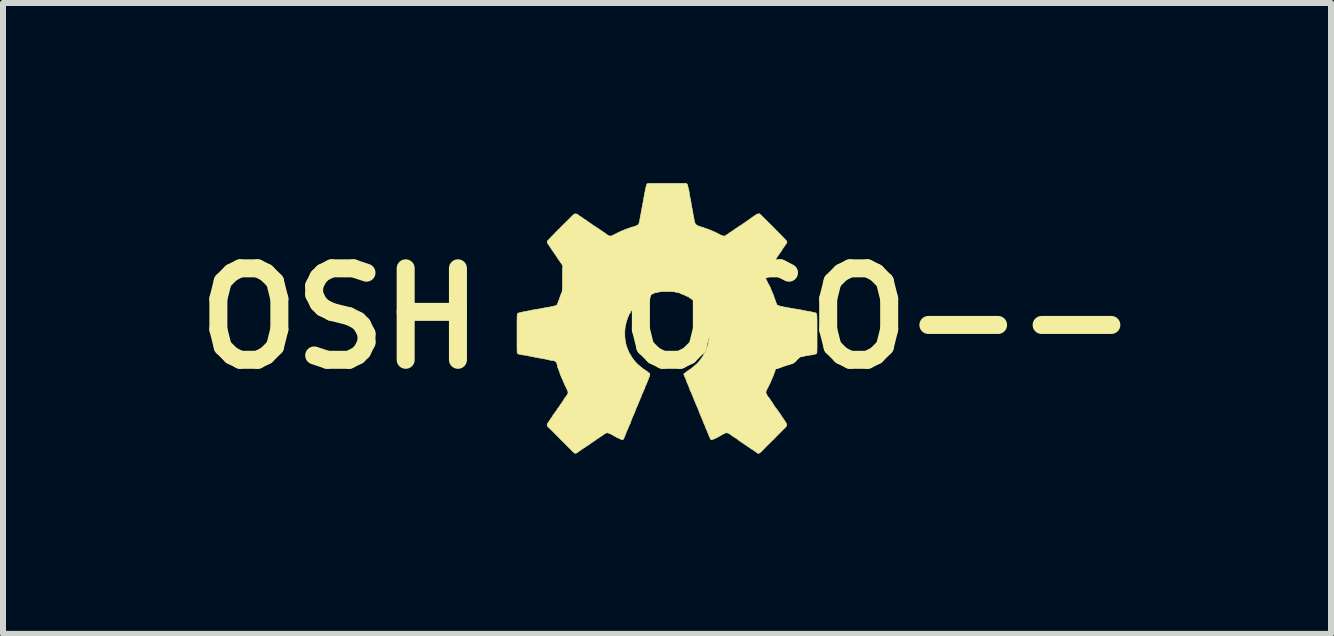
<source format=kicad_pcb>
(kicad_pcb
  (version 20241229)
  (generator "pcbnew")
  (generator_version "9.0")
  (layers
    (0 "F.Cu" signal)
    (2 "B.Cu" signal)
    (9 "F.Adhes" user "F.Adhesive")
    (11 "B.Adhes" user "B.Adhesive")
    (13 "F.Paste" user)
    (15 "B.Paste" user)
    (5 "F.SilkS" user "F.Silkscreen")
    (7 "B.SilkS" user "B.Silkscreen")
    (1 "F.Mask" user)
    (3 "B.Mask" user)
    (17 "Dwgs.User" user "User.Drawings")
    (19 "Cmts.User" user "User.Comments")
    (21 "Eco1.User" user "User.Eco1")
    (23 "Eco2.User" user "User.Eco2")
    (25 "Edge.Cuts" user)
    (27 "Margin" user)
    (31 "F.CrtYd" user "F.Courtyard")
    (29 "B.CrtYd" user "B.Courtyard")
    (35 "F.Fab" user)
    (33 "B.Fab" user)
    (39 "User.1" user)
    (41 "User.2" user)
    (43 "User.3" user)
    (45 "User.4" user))
  (footprint "OSH LOGO--"
    (layer "F.Cu")
    (at 8.063 2.255)
    (property "Reference" "OSH LOGO--" (at 0 0 0) (layer "F.SilkS") (effects (font (size 1.524 1.524) (thickness 0.3))))
    (attr through_hole)
    (fp_poly (pts (xy 0.333 -2.238) (xy 0.344 -2.221) (xy 0.346 -2.209) (xy 0.348 -2.193) (xy 0.352 -2.175) (xy 0.354 -2.172) (xy 0.359 -2.155) (xy 0.363 -2.134) (xy 0.366 -2.121) (xy 0.374 -2.065) (xy 0.384 -2.01) (xy 0.388 -1.991) (xy 0.393 -1.968) (xy 0.398 -1.942) (xy 0.401 -1.92) (xy 0.405 -1.897) (xy 0.41 -1.869) (xy 0.415 -1.841) (xy 0.417 -1.834) (xy 0.422 -1.808) (xy 0.427 -1.78) (xy 0.431 -1.756) (xy 0.432 -1.75) (xy 0.438 -1.713) (xy 0.447 -1.67) (xy 0.455 -1.625) (xy 0.458 -1.611) (xy 0.467 -1.584) (xy 0.48 -1.565) (xy 0.5 -1.551) (xy 0.515 -1.543) (xy 0.535 -1.535) (xy 0.557 -1.528) (xy 0.576 -1.522) (xy 0.59 -1.519) (xy 0.593 -1.519) (xy 0.603 -1.517) (xy 0.607 -1.515) (xy 0.613 -1.511) (xy 0.625 -1.506) (xy 0.639 -1.501) (xy 0.668 -1.491) (xy 0.704 -1.478) (xy 0.745 -1.461) (xy 0.786 -1.443) (xy 0.826 -1.424) (xy 0.863 -1.405) (xy 0.886 -1.393) (xy 0.906 -1.383) (xy 0.927 -1.376) (xy 0.941 -1.373) (xy 0.957 -1.372) (xy 0.968 -1.375) (xy 0.98 -1.383) (xy 0.981 -1.384) (xy 0.992 -1.392) (xy 0.999 -1.397) (xy 1.001 -1.397) (xy 1.008 -1.4) (xy 1.012 -1.403) (xy 1.019 -1.409) (xy 1.032 -1.418) (xy 1.049 -1.431) (xy 1.067 -1.442) (xy 1.092 -1.459) (xy 1.121 -1.479) (xy 1.15 -1.499) (xy 1.168 -1.511) (xy 1.19 -1.526) (xy 1.21 -1.539) (xy 1.226 -1.549) (xy 1.237 -1.555) (xy 1.25 -1.563) (xy 1.259 -1.571) (xy 1.259 -1.572) (xy 1.267 -1.578) (xy 1.271 -1.58) (xy 1.278 -1.583) (xy 1.289 -1.59) (xy 1.297 -1.596) (xy 1.311 -1.607) (xy 1.322 -1.615) (xy 1.326 -1.618) (xy 1.338 -1.625) (xy 1.352 -1.635) (xy 1.368 -1.646) (xy 1.384 -1.657) (xy 1.395 -1.666) (xy 1.402 -1.671) (xy 1.402 -1.671) (xy 1.408 -1.676) (xy 1.419 -1.683) (xy 1.427 -1.689) (xy 1.446 -1.701) (xy 1.465 -1.715) (xy 1.472 -1.721) (xy 1.492 -1.734) (xy 1.512 -1.74) (xy 1.518 -1.741) (xy 1.542 -1.744) (xy 1.641 -1.646) (xy 1.667 -1.621) (xy 1.691 -1.597) (xy 1.711 -1.577) (xy 1.728 -1.561) (xy 1.739 -1.55) (xy 1.743 -1.546) (xy 1.743 -1.546) (xy 1.748 -1.541) (xy 1.758 -1.53) (xy 1.774 -1.514) (xy 1.794 -1.494) (xy 1.818 -1.469) (xy 1.844 -1.443) (xy 1.855 -1.432) (xy 1.891 -1.396) (xy 1.92 -1.366) (xy 1.943 -1.342) (xy 1.961 -1.323) (xy 1.975 -1.309) (xy 1.984 -1.298) (xy 1.991 -1.29) (xy 1.995 -1.284) (xy 1.997 -1.28) (xy 1.998 -1.276) (xy 1.998 -1.273) (xy 1.995 -1.261) (xy 1.987 -1.247) (xy 1.983 -1.241) (xy 1.973 -1.227) (xy 1.96 -1.208) (xy 1.947 -1.189) (xy 1.946 -1.187) (xy 1.935 -1.171) (xy 1.926 -1.159) (xy 1.92 -1.153) (xy 1.92 -1.153) (xy 1.916 -1.149) (xy 1.915 -1.143) (xy 1.913 -1.134) (xy 1.91 -1.13) (xy 1.906 -1.125) (xy 1.897 -1.113) (xy 1.885 -1.098) (xy 1.881 -1.091) (xy 1.864 -1.066) (xy 1.844 -1.037) (xy 1.823 -1.006) (xy 1.802 -0.975) (xy 1.782 -0.946) (xy 1.766 -0.922) (xy 1.756 -0.909) (xy 1.744 -0.891) (xy 1.729 -0.869) (xy 1.714 -0.847) (xy 1.711 -0.843) (xy 1.699 -0.825) (xy 1.687 -0.809) (xy 1.679 -0.797) (xy 1.677 -0.795) (xy 1.667 -0.782) (xy 1.656 -0.763) (xy 1.645 -0.743) (xy 1.637 -0.724) (xy 1.632 -0.709) (xy 1.631 -0.703) (xy 1.633 -0.693) (xy 1.639 -0.676) (xy 1.648 -0.656) (xy 1.656 -0.64) (xy 1.666 -0.619) (xy 1.675 -0.602) (xy 1.68 -0.589) (xy 1.681 -0.585) (xy 1.685 -0.577) (xy 1.692 -0.569) (xy 1.7 -0.556) (xy 1.705 -0.545) (xy 1.711 -0.53) (xy 1.718 -0.519) (xy 1.725 -0.508) (xy 1.727 -0.499) (xy 1.729 -0.491) (xy 1.735 -0.476) (xy 1.742 -0.46) (xy 1.763 -0.412) (xy 1.779 -0.371) (xy 1.783 -0.356) (xy 1.788 -0.341) (xy 1.792 -0.33) (xy 1.793 -0.328) (xy 1.796 -0.32) (xy 1.801 -0.307) (xy 1.806 -0.292) (xy 1.816 -0.265) (xy 1.824 -0.246) (xy 1.829 -0.233) (xy 1.835 -0.224) (xy 1.842 -0.219) (xy 1.852 -0.215) (xy 1.864 -0.211) (xy 1.868 -0.21) (xy 1.879 -0.206) (xy 1.894 -0.202) (xy 1.912 -0.198) (xy 1.936 -0.193) (xy 1.965 -0.188) (xy 2.001 -0.181) (xy 2.044 -0.173) (xy 2.096 -0.164) (xy 2.136 -0.157) (xy 2.156 -0.154) (xy 2.179 -0.15) (xy 2.195 -0.148) (xy 2.215 -0.144) (xy 2.241 -0.139) (xy 2.268 -0.134) (xy 2.276 -0.132) (xy 2.302 -0.127) (xy 2.328 -0.122) (xy 2.351 -0.118) (xy 2.357 -0.117) (xy 2.378 -0.113) (xy 2.399 -0.11) (xy 2.41 -0.107) (xy 2.428 -0.103) (xy 2.449 -0.098) (xy 2.456 -0.096) (xy 2.465 -0.095) (xy 2.472 -0.093) (xy 2.478 -0.091) (xy 2.483 -0.088) (xy 2.488 -0.083) (xy 2.491 -0.075) (xy 2.494 -0.063) (xy 2.496 -0.048) (xy 2.497 -0.028) (xy 2.498 -0.002) (xy 2.499 0.031) (xy 2.499 0.07) (xy 2.499 0.117) (xy 2.499 0.173) (xy 2.499 0.238) (xy 2.499 0.254) (xy 2.499 0.32) (xy 2.499 0.376) (xy 2.499 0.423) (xy 2.499 0.463) (xy 2.499 0.495) (xy 2.498 0.521) (xy 2.498 0.541) (xy 2.497 0.557) (xy 2.496 0.568) (xy 2.495 0.575) (xy 2.494 0.58) (xy 2.492 0.583) (xy 2.49 0.585) (xy 2.478 0.592) (xy 2.456 0.598) (xy 2.423 0.605) (xy 2.382 0.611) (xy 2.372 0.613) (xy 2.348 0.616) (xy 2.325 0.62) (xy 2.306 0.623) (xy 2.301 0.625) (xy 2.268 0.632) (xy 2.229 0.64) (xy 2.188 0.648) (xy 2.159 0.653) (xy 2.119 0.66) (xy 2.074 0.668) (xy 2.026 0.678) (xy 1.98 0.688) (xy 1.966 0.691) (xy 1.943 0.696) (xy 1.922 0.699) (xy 1.906 0.701) (xy 1.902 0.701) (xy 1.878 0.706) (xy 1.857 0.719) (xy 1.841 0.742) (xy 1.829 0.774) (xy 1.825 0.79) (xy 1.82 0.807) (xy 1.813 0.832) (xy 1.802 0.865) (xy 1.788 0.905) (xy 1.771 0.95) (xy 1.766 0.963) (xy 1.76 0.98) (xy 1.75 1) (xy 1.746 1.01) (xy 1.738 1.025) (xy 1.733 1.037) (xy 1.732 1.043) (xy 1.73 1.049) (xy 1.724 1.063) (xy 1.716 1.081) (xy 1.705 1.102) (xy 1.694 1.124) (xy 1.684 1.145) (xy 1.678 1.156) (xy 1.668 1.174) (xy 1.659 1.193) (xy 1.652 1.211) (xy 1.647 1.224) (xy 1.646 1.229) (xy 1.649 1.241) (xy 1.656 1.257) (xy 1.665 1.277) (xy 1.676 1.295) (xy 1.687 1.31) (xy 1.687 1.31) (xy 1.697 1.322) (xy 1.71 1.34) (xy 1.725 1.362) (xy 1.741 1.385) (xy 1.756 1.408) (xy 1.77 1.429) (xy 1.78 1.445) (xy 1.784 1.453) (xy 1.792 1.465) (xy 1.802 1.48) (xy 1.808 1.486) (xy 1.816 1.497) (xy 1.828 1.513) (xy 1.842 1.532) (xy 1.857 1.553) (xy 1.872 1.574) (xy 1.885 1.593) (xy 1.896 1.609) (xy 1.903 1.62) (xy 1.905 1.624) (xy 1.908 1.63) (xy 1.915 1.64) (xy 1.919 1.645) (xy 1.928 1.657) (xy 1.94 1.675) (xy 1.954 1.696) (xy 1.965 1.712) (xy 1.98 1.735) (xy 1.99 1.753) (xy 1.995 1.768) (xy 1.995 1.781) (xy 1.988 1.795) (xy 1.975 1.811) (xy 1.956 1.831) (xy 1.939 1.848) (xy 1.914 1.872) (xy 1.887 1.9) (xy 1.859 1.927) (xy 1.836 1.951) (xy 1.833 1.954) (xy 1.813 1.975) (xy 1.788 2) (xy 1.76 2.028) (xy 1.732 2.055) (xy 1.714 2.073) (xy 1.689 2.098) (xy 1.664 2.123) (xy 1.64 2.146) (xy 1.621 2.167) (xy 1.609 2.179) (xy 1.582 2.207) (xy 1.561 2.227) (xy 1.544 2.24) (xy 1.53 2.248) (xy 1.519 2.249) (xy 1.51 2.246) (xy 1.504 2.241) (xy 1.496 2.233) (xy 1.49 2.23) (xy 1.485 2.227) (xy 1.474 2.22) (xy 1.46 2.21) (xy 1.446 2.199) (xy 1.435 2.192) (xy 1.431 2.189) (xy 1.43 2.189) (xy 1.427 2.188) (xy 1.422 2.184) (xy 1.413 2.179) (xy 1.401 2.17) (xy 1.383 2.159) (xy 1.36 2.143) (xy 1.33 2.122) (xy 1.298 2.101) (xy 1.272 2.083) (xy 1.247 2.066) (xy 1.224 2.05) (xy 1.207 2.039) (xy 1.2 2.034) (xy 1.186 2.024) (xy 1.177 2.016) (xy 1.173 2.011) (xy 1.17 2.007) (xy 1.168 2.007) (xy 1.162 2.004) (xy 1.15 1.997) (xy 1.133 1.986) (xy 1.114 1.974) (xy 1.095 1.962) (xy 1.079 1.95) (xy 1.066 1.941) (xy 1.059 1.935) (xy 1.059 1.935) (xy 1.052 1.929) (xy 1.038 1.921) (xy 1.022 1.914) (xy 1.006 1.908) (xy 0.994 1.905) (xy 0.993 1.905) (xy 0.985 1.906) (xy 0.973 1.909) (xy 0.958 1.916) (xy 0.939 1.925) (xy 0.914 1.939) (xy 0.882 1.957) (xy 0.848 1.976) (xy 0.832 1.985) (xy 0.811 1.995) (xy 0.79 2.005) (xy 0.77 2.013) (xy 0.754 2.019) (xy 0.745 2.022) (xy 0.744 2.022) (xy 0.733 2.019) (xy 0.728 2.015) (xy 0.724 2.009) (xy 0.717 1.994) (xy 0.709 1.974) (xy 0.698 1.951) (xy 0.688 1.925) (xy 0.677 1.9) (xy 0.668 1.877) (xy 0.663 1.863) (xy 0.657 1.848) (xy 0.652 1.838) (xy 0.649 1.836) (xy 0.646 1.829) (xy 0.645 1.826) (xy 0.643 1.817) (xy 0.638 1.802) (xy 0.631 1.785) (xy 0.623 1.769) (xy 0.62 1.761) (xy 0.615 1.751) (xy 0.609 1.736) (xy 0.606 1.728) (xy 0.599 1.708) (xy 0.59 1.687) (xy 0.588 1.681) (xy 0.58 1.663) (xy 0.573 1.646) (xy 0.571 1.641) (xy 0.564 1.626) (xy 0.559 1.614) (xy 0.559 1.613) (xy 0.55 1.594) (xy 0.542 1.573) (xy 0.534 1.553) (xy 0.528 1.536) (xy 0.524 1.525) (xy 0.523 1.522) (xy 0.521 1.515) (xy 0.516 1.502) (xy 0.508 1.486) (xy 0.507 1.484) (xy 0.5 1.469) (xy 0.495 1.457) (xy 0.49 1.446) (xy 0.484 1.432) (xy 0.477 1.414) (xy 0.467 1.39) (xy 0.463 1.379) (xy 0.453 1.357) (xy 0.444 1.334) (xy 0.437 1.316) (xy 0.436 1.313) (xy 0.429 1.296) (xy 0.423 1.281) (xy 0.42 1.275) (xy 0.417 1.266) (xy 0.411 1.253) (xy 0.404 1.236) (xy 0.393 1.213) (xy 0.384 1.193) (xy 0.376 1.174) (xy 0.37 1.156) (xy 0.367 1.146) (xy 0.364 1.134) (xy 0.361 1.128) (xy 0.36 1.128) (xy 0.356 1.124) (xy 0.356 1.121) (xy 0.354 1.114) (xy 0.348 1.1) (xy 0.341 1.083) (xy 0.34 1.083) (xy 0.333 1.066) (xy 0.327 1.052) (xy 0.325 1.044) (xy 0.325 1.044) (xy 0.323 1.036) (xy 0.318 1.022) (xy 0.311 1.005) (xy 0.298 0.977) (xy 0.29 0.957) (xy 0.284 0.944) (xy 0.281 0.935) (xy 0.28 0.929) (xy 0.279 0.927) (xy 0.283 0.921) (xy 0.294 0.912) (xy 0.3 0.909) (xy 0.312 0.901) (xy 0.319 0.895) (xy 0.32 0.894) (xy 0.324 0.89) (xy 0.335 0.882) (xy 0.35 0.871) (xy 0.354 0.868) (xy 0.373 0.856) (xy 0.389 0.845) (xy 0.401 0.837) (xy 0.402 0.836) (xy 0.415 0.826) (xy 0.43 0.814) (xy 0.432 0.813) (xy 0.442 0.804) (xy 0.457 0.791) (xy 0.474 0.776) (xy 0.491 0.761) (xy 0.506 0.747) (xy 0.516 0.737) (xy 0.519 0.734) (xy 0.543 0.705) (xy 0.564 0.677) (xy 0.582 0.652) (xy 0.597 0.631) (xy 0.606 0.615) (xy 0.61 0.606) (xy 0.61 0.606) (xy 0.612 0.599) (xy 0.619 0.588) (xy 0.624 0.581) (xy 0.632 0.567) (xy 0.643 0.546) (xy 0.654 0.52) (xy 0.665 0.491) (xy 0.675 0.463) (xy 0.68 0.445) (xy 0.69 0.405) (xy 0.697 0.36) (xy 0.702 0.311) (xy 0.704 0.262) (xy 0.704 0.214) (xy 0.702 0.171) (xy 0.696 0.136) (xy 0.686 0.091) (xy 0.674 0.048) (xy 0.662 0.009) (xy 0.65 -0.025) (xy 0.638 -0.053) (xy 0.627 -0.074) (xy 0.618 -0.086) (xy 0.611 -0.095) (xy 0.61 -0.1) (xy 0.607 -0.107) (xy 0.599 -0.121) (xy 0.588 -0.138) (xy 0.574 -0.158) (xy 0.559 -0.178) (xy 0.546 -0.196) (xy 0.517 -0.229) (xy 0.485 -0.26) (xy 0.454 -0.287) (xy 0.445 -0.295) (xy 0.428 -0.308) (xy 0.412 -0.32) (xy 0.402 -0.329) (xy 0.401 -0.329) (xy 0.391 -0.337) (xy 0.383 -0.34) (xy 0.382 -0.34) (xy 0.374 -0.344) (xy 0.367 -0.351) (xy 0.359 -0.358) (xy 0.353 -0.361) (xy 0.346 -0.363) (xy 0.332 -0.369) (xy 0.316 -0.377) (xy 0.313 -0.378) (xy 0.296 -0.387) (xy 0.282 -0.393) (xy 0.274 -0.396) (xy 0.273 -0.396) (xy 0.265 -0.398) (xy 0.251 -0.404) (xy 0.233 -0.412) (xy 0.214 -0.421) (xy 0.202 -0.427) (xy 0.19 -0.431) (xy 0.179 -0.432) (xy 0.166 -0.433) (xy 0.148 -0.437) (xy 0.137 -0.44) (xy 0.119 -0.444) (xy 0.094 -0.446) (xy 0.063 -0.448) (xy 0.028 -0.449) (xy -0.009 -0.45) (xy -0.045 -0.449) (xy -0.078 -0.448) (xy -0.107 -0.445) (xy -0.129 -0.442) (xy -0.137 -0.44) (xy -0.156 -0.435) (xy -0.173 -0.432) (xy -0.181 -0.432) (xy -0.193 -0.43) (xy -0.201 -0.427) (xy -0.201 -0.427) (xy -0.208 -0.423) (xy -0.214 -0.422) (xy -0.226 -0.418) (xy -0.232 -0.414) (xy -0.241 -0.408) (xy -0.256 -0.402) (xy -0.263 -0.399) (xy -0.282 -0.393) (xy -0.303 -0.384) (xy -0.317 -0.376) (xy -0.333 -0.368) (xy -0.346 -0.363) (xy -0.353 -0.361) (xy -0.36 -0.357) (xy -0.367 -0.351) (xy -0.376 -0.343) (xy -0.382 -0.34) (xy -0.39 -0.337) (xy -0.401 -0.329) (xy -0.401 -0.329) (xy -0.412 -0.32) (xy -0.427 -0.308) (xy -0.444 -0.295) (xy -0.447 -0.293) (xy -0.465 -0.278) (xy -0.486 -0.259) (xy -0.508 -0.238) (xy -0.518 -0.226) (xy -0.536 -0.205) (xy -0.555 -0.183) (xy -0.572 -0.16) (xy -0.588 -0.138) (xy -0.6 -0.12) (xy -0.607 -0.106) (xy -0.61 -0.099) (xy -0.613 -0.091) (xy -0.618 -0.086) (xy -0.627 -0.074) (xy -0.637 -0.055) (xy -0.648 -0.028) (xy -0.66 0.003) (xy -0.671 0.037) (xy -0.682 0.074) (xy -0.69 0.11) (xy -0.696 0.135) (xy -0.702 0.187) (xy -0.704 0.245) (xy -0.703 0.305) (xy -0.697 0.363) (xy -0.687 0.417) (xy -0.68 0.445) (xy -0.674 0.465) (xy -0.665 0.489) (xy -0.656 0.514) (xy -0.646 0.538) (xy -0.637 0.559) (xy -0.63 0.574) (xy -0.625 0.582) (xy -0.618 0.592) (xy -0.609 0.607) (xy -0.602 0.619) (xy -0.593 0.636) (xy -0.578 0.658) (xy -0.56 0.683) (xy -0.54 0.709) (xy -0.521 0.732) (xy -0.513 0.74) (xy -0.5 0.753) (xy -0.483 0.769) (xy -0.465 0.785) (xy -0.448 0.799) (xy -0.435 0.81) (xy -0.432 0.813) (xy -0.417 0.824) (xy -0.403 0.835) (xy -0.402 0.836) (xy -0.391 0.844) (xy -0.375 0.855) (xy -0.358 0.866) (xy -0.341 0.877) (xy -0.326 0.889) (xy -0.317 0.897) (xy -0.307 0.906) (xy -0.297 0.91) (xy -0.289 0.916) (xy -0.286 0.928) (xy -0.289 0.948) (xy -0.297 0.973) (xy -0.315 1.02) (xy -0.33 1.059) (xy -0.342 1.088) (xy -0.351 1.109) (xy -0.358 1.122) (xy -0.361 1.128) (xy -0.364 1.134) (xy -0.367 1.146) (xy -0.368 1.15) (xy -0.373 1.167) (xy -0.38 1.182) (xy -0.381 1.183) (xy -0.388 1.197) (xy -0.395 1.214) (xy -0.396 1.217) (xy -0.403 1.234) (xy -0.412 1.253) (xy -0.415 1.259) (xy -0.422 1.274) (xy -0.426 1.285) (xy -0.427 1.289) (xy -0.429 1.299) (xy -0.434 1.31) (xy -0.439 1.319) (xy -0.446 1.336) (xy -0.455 1.358) (xy -0.466 1.384) (xy -0.475 1.407) (xy -0.487 1.435) (xy -0.497 1.46) (xy -0.506 1.481) (xy -0.513 1.495) (xy -0.516 1.501) (xy -0.522 1.512) (xy -0.523 1.518) (xy -0.525 1.527) (xy -0.531 1.544) (xy -0.541 1.567) (xy -0.553 1.596) (xy -0.558 1.608) (xy -0.57 1.633) (xy -0.581 1.659) (xy -0.591 1.684) (xy -0.599 1.707) (xy -0.606 1.724) (xy -0.609 1.735) (xy -0.61 1.737) (xy -0.612 1.748) (xy -0.617 1.756) (xy -0.623 1.767) (xy -0.63 1.782) (xy -0.635 1.794) (xy -0.643 1.815) (xy -0.653 1.838) (xy -0.657 1.847) (xy -0.663 1.858) (xy -0.668 1.871) (xy -0.675 1.887) (xy -0.683 1.907) (xy -0.693 1.933) (xy -0.706 1.967) (xy -0.708 1.971) (xy -0.718 1.996) (xy -0.727 2.012) (xy -0.737 2.02) (xy -0.749 2.021) (xy -0.766 2.015) (xy -0.789 2.004) (xy -0.794 2.002) (xy -0.813 1.992) (xy -0.827 1.985) (xy -0.836 1.982) (xy -0.838 1.981) (xy -0.844 1.979) (xy -0.856 1.972) (xy -0.873 1.962) (xy -0.888 1.953) (xy -0.918 1.936) (xy -0.946 1.922) (xy -0.971 1.912) (xy -0.989 1.906) (xy -0.997 1.905) (xy -1.008 1.908) (xy -1.024 1.914) (xy -1.04 1.923) (xy -1.054 1.932) (xy -1.061 1.938) (xy -1.069 1.944) (xy -1.083 1.954) (xy -1.094 1.961) (xy -1.111 1.971) (xy -1.126 1.981) (xy -1.132 1.986) (xy -1.146 1.996) (xy -1.159 2.003) (xy -1.169 2.008) (xy -1.173 2.012) (xy -1.173 2.012) (xy -1.177 2.016) (xy -1.188 2.024) (xy -1.204 2.036) (xy -1.224 2.049) (xy -1.226 2.05) (xy -1.249 2.066) (xy -1.271 2.082) (xy -1.291 2.096) (xy -1.303 2.104) (xy -1.317 2.114) (xy -1.328 2.121) (xy -1.332 2.123) (xy -1.34 2.126) (xy -1.343 2.129) (xy -1.365 2.146) (xy -1.384 2.159) (xy -1.398 2.166) (xy -1.4 2.167) (xy -1.409 2.171) (xy -1.412 2.174) (xy -1.416 2.178) (xy -1.426 2.186) (xy -1.439 2.195) (xy -1.458 2.207) (xy -1.476 2.221) (xy -1.486 2.228) (xy -1.505 2.241) (xy -1.52 2.247) (xy -1.533 2.247) (xy -1.537 2.245) (xy -1.545 2.24) (xy -1.558 2.229) (xy -1.574 2.214) (xy -1.592 2.196) (xy -1.593 2.195) (xy -1.612 2.176) (xy -1.636 2.152) (xy -1.662 2.125) (xy -1.689 2.098) (xy -1.711 2.076) (xy -1.738 2.05) (xy -1.766 2.022) (xy -1.793 1.994) (xy -1.817 1.97) (xy -1.833 1.954) (xy -1.856 1.931) (xy -1.882 1.904) (xy -1.91 1.876) (xy -1.936 1.851) (xy -1.94 1.847) (xy -1.997 1.791) (xy -1.995 1.769) (xy -1.989 1.747) (xy -1.98 1.733) (xy -1.969 1.72) (xy -1.958 1.704) (xy -1.956 1.699) (xy -1.946 1.684) (xy -1.933 1.665) (xy -1.924 1.653) (xy -1.914 1.639) (xy -1.907 1.628) (xy -1.905 1.623) (xy -1.904 1.621) (xy -1.901 1.615) (xy -1.894 1.606) (xy -1.884 1.592) (xy -1.869 1.571) (xy -1.85 1.547) (xy -1.84 1.532) (xy -1.83 1.515) (xy -1.829 1.513) (xy -1.821 1.5) (xy -1.814 1.491) (xy -1.812 1.49) (xy -1.806 1.484) (xy -1.797 1.471) (xy -1.791 1.46) (xy -1.782 1.446) (xy -1.776 1.436) (xy -1.773 1.433) (xy -1.768 1.427) (xy -1.76 1.415) (xy -1.748 1.399) (xy -1.736 1.38) (xy -1.725 1.362) (xy -1.715 1.346) (xy -1.709 1.336) (xy -1.699 1.321) (xy -1.689 1.307) (xy -1.687 1.305) (xy -1.677 1.293) (xy -1.666 1.277) (xy -1.664 1.273) (xy -1.656 1.259) (xy -1.651 1.248) (xy -1.649 1.237) (xy -1.65 1.225) (xy -1.654 1.21) (xy -1.662 1.191) (xy -1.674 1.166) (xy -1.688 1.137) (xy -1.702 1.108) (xy -1.714 1.081) (xy -1.725 1.058) (xy -1.732 1.04) (xy -1.735 1.03) (xy -1.738 1.018) (xy -1.742 1.011) (xy -1.742 1.011) (xy -1.747 1.007) (xy -1.753 0.994) (xy -1.762 0.973) (xy -1.774 0.942) (xy -1.788 0.902) (xy -1.788 0.902) (xy -1.797 0.876) (xy -1.806 0.852) (xy -1.814 0.832) (xy -1.819 0.82) (xy -1.825 0.802) (xy -1.829 0.783) (xy -1.829 0.779) (xy -1.834 0.753) (xy -1.846 0.731) (xy -1.865 0.713) (xy -1.888 0.703) (xy -1.904 0.701) (xy -1.92 0.7) (xy -1.942 0.696) (xy -1.964 0.692) (xy -1.965 0.691) (xy -1.983 0.687) (xy -1.999 0.683) (xy -2.017 0.679) (xy -2.038 0.675) (xy -2.063 0.67) (xy -2.095 0.665) (xy -2.134 0.658) (xy -2.163 0.652) (xy -2.194 0.647) (xy -2.221 0.641) (xy -2.243 0.637) (xy -2.243 0.637) (xy -2.264 0.633) (xy -2.283 0.629) (xy -2.297 0.627) (xy -2.299 0.626) (xy -2.311 0.623) (xy -2.319 0.62) (xy -2.326 0.618) (xy -2.341 0.615) (xy -2.359 0.613) (xy -2.362 0.613) (xy -2.391 0.61) (xy -2.42 0.605) (xy -2.446 0.6) (xy -2.469 0.594) (xy -2.484 0.589) (xy -2.49 0.585) (xy -2.492 0.583) (xy -2.494 0.58) (xy -2.495 0.574) (xy -2.496 0.566) (xy -2.497 0.554) (xy -2.498 0.538) (xy -2.498 0.517) (xy -2.499 0.491) (xy -2.499 0.457) (xy -2.499 0.417) (xy -2.499 0.368) (xy -2.499 0.31) (xy -2.499 0.254) (xy -2.499 0.188) (xy -2.499 0.13) (xy -2.499 0.082) (xy -2.499 0.041) (xy -2.498 0.008) (xy -2.498 -0.018) (xy -2.497 -0.039) (xy -2.496 -0.055) (xy -2.495 -0.066) (xy -2.494 -0.073) (xy -2.492 -0.077) (xy -2.492 -0.078) (xy -2.482 -0.086) (xy -2.464 -0.093) (xy -2.437 -0.1) (xy -2.401 -0.108) (xy -2.39 -0.11) (xy -2.366 -0.114) (xy -2.342 -0.119) (xy -2.322 -0.123) (xy -2.322 -0.123) (xy -2.303 -0.126) (xy -2.279 -0.131) (xy -2.254 -0.137) (xy -2.25 -0.138) (xy -2.223 -0.143) (xy -2.192 -0.148) (xy -2.165 -0.152) (xy -2.164 -0.153) (xy -2.142 -0.156) (xy -2.122 -0.159) (xy -2.108 -0.162) (xy -2.106 -0.163) (xy -2.094 -0.166) (xy -2.075 -0.169) (xy -2.053 -0.173) (xy -2.042 -0.175) (xy -1.985 -0.185) (xy -1.938 -0.193) (xy -1.901 -0.201) (xy -1.873 -0.208) (xy -1.86 -0.212) (xy -1.849 -0.216) (xy -1.841 -0.219) (xy -1.835 -0.225) (xy -1.829 -0.233) (xy -1.824 -0.246) (xy -1.816 -0.265) (xy -1.807 -0.292) (xy -1.806 -0.292) (xy -1.8 -0.309) (xy -1.795 -0.322) (xy -1.793 -0.328) (xy -1.79 -0.335) (xy -1.785 -0.349) (xy -1.783 -0.356) (xy -1.77 -0.394) (xy -1.751 -0.439) (xy -1.742 -0.46) (xy -1.734 -0.477) (xy -1.729 -0.491) (xy -1.727 -0.499) (xy -1.724 -0.508) (xy -1.717 -0.519) (xy -1.717 -0.52) (xy -1.71 -0.53) (xy -1.707 -0.538) (xy -1.707 -0.539) (xy -1.705 -0.547) (xy -1.699 -0.559) (xy -1.691 -0.571) (xy -1.685 -0.581) (xy -1.681 -0.584) (xy -1.677 -0.588) (xy -1.676 -0.592) (xy -1.674 -0.599) (xy -1.668 -0.613) (xy -1.66 -0.632) (xy -1.654 -0.644) (xy -1.641 -0.67) (xy -1.634 -0.69) (xy -1.631 -0.706) (xy -1.634 -0.72) (xy -1.639 -0.733) (xy -1.645 -0.742) (xy -1.655 -0.759) (xy -1.67 -0.781) (xy -1.687 -0.807) (xy -1.707 -0.836) (xy -1.727 -0.866) (xy -1.748 -0.896) (xy -1.768 -0.925) (xy -1.786 -0.951) (xy -1.791 -0.958) (xy -1.805 -0.978) (xy -1.819 -0.998) (xy -1.829 -1.014) (xy -1.834 -1.021) (xy -1.842 -1.034) (xy -1.854 -1.052) (xy -1.867 -1.07) (xy -1.868 -1.072) (xy -1.88 -1.09) (xy -1.896 -1.113) (xy -1.913 -1.138) (xy -1.929 -1.161) (xy -1.944 -1.184) (xy -1.959 -1.206) (xy -1.972 -1.225) (xy -1.981 -1.238) (xy -1.981 -1.238) (xy -1.993 -1.259) (xy -1.996 -1.277) (xy -1.991 -1.292) (xy -1.988 -1.296) (xy -1.981 -1.302) (xy -1.97 -1.314) (xy -1.953 -1.331) (xy -1.933 -1.352) (xy -1.911 -1.375) (xy -1.902 -1.384) (xy -1.874 -1.413) (xy -1.843 -1.446) (xy -1.81 -1.478) (xy -1.78 -1.508) (xy -1.758 -1.531) (xy -1.731 -1.558) (xy -1.699 -1.589) (xy -1.666 -1.621) (xy -1.635 -1.652) (xy -1.617 -1.67) (xy -1.593 -1.695) (xy -1.574 -1.713) (xy -1.56 -1.726) (xy -1.549 -1.735) (xy -1.541 -1.74) (xy -1.534 -1.742) (xy -1.527 -1.742) (xy -1.527 -1.742) (xy -1.5 -1.738) (xy -1.477 -1.724) (xy -1.471 -1.717) (xy -1.46 -1.708) (xy -1.444 -1.698) (xy -1.44 -1.695) (xy -1.427 -1.689) (xy -1.419 -1.683) (xy -1.417 -1.682) (xy -1.412 -1.677) (xy -1.4 -1.669) (xy -1.386 -1.659) (xy -1.371 -1.649) (xy -1.358 -1.641) (xy -1.349 -1.636) (xy -1.348 -1.636) (xy -1.342 -1.632) (xy -1.337 -1.626) (xy -1.33 -1.618) (xy -1.325 -1.615) (xy -1.318 -1.612) (xy -1.307 -1.605) (xy -1.298 -1.598) (xy -1.285 -1.588) (xy -1.275 -1.581) (xy -1.271 -1.58) (xy -1.264 -1.576) (xy -1.259 -1.572) (xy -1.25 -1.564) (xy -1.238 -1.556) (xy -1.237 -1.555) (xy -1.226 -1.549) (xy -1.21 -1.539) (xy -1.189 -1.525) (xy -1.168 -1.511) (xy -1.141 -1.493) (xy -1.112 -1.473) (xy -1.083 -1.454) (xy -1.067 -1.443) (xy -1.047 -1.429) (xy -1.031 -1.418) (xy -1.02 -1.411) (xy -1.016 -1.407) (xy -1.011 -1.403) (xy -1 -1.395) (xy -0.989 -1.388) (xy -0.963 -1.375) (xy -0.938 -1.372) (xy -0.914 -1.379) (xy -0.912 -1.38) (xy -0.893 -1.39) (xy -0.871 -1.401) (xy -0.847 -1.413) (xy -0.822 -1.426) (xy -0.798 -1.437) (xy -0.778 -1.447) (xy -0.763 -1.454) (xy -0.754 -1.458) (xy -0.753 -1.458) (xy -0.746 -1.46) (xy -0.733 -1.465) (xy -0.716 -1.473) (xy -0.713 -1.474) (xy -0.69 -1.483) (xy -0.664 -1.493) (xy -0.645 -1.5) (xy -0.628 -1.505) (xy -0.614 -1.511) (xy -0.607 -1.514) (xy -0.599 -1.518) (xy -0.591 -1.519) (xy -0.579 -1.521) (xy -0.561 -1.526) (xy -0.539 -1.533) (xy -0.517 -1.542) (xy -0.503 -1.549) (xy -0.489 -1.556) (xy -0.478 -1.565) (xy -0.47 -1.578) (xy -0.464 -1.595) (xy -0.458 -1.619) (xy -0.454 -1.64) (xy -0.45 -1.663) (xy -0.446 -1.685) (xy -0.443 -1.701) (xy -0.442 -1.704) (xy -0.44 -1.716) (xy -0.436 -1.736) (xy -0.432 -1.761) (xy -0.426 -1.79) (xy -0.422 -1.811) (xy -0.417 -1.842) (xy -0.411 -1.871) (xy -0.407 -1.896) (xy -0.403 -1.915) (xy -0.401 -1.923) (xy -0.398 -1.942) (xy -0.393 -1.966) (xy -0.391 -1.981) (xy -0.386 -2.01) (xy -0.379 -2.047) (xy -0.371 -2.092) (xy -0.363 -2.131) (xy -0.355 -2.17) (xy -0.348 -2.201) (xy -0.341 -2.225) (xy -0.335 -2.239) (xy -0.332 -2.243) (xy -0.329 -2.244) (xy -0.324 -2.246) (xy -0.316 -2.247) (xy -0.304 -2.248) (xy -0.288 -2.249) (xy -0.266 -2.249) (xy -0.238 -2.25) (xy -0.204 -2.25) (xy -0.162 -2.25) (xy -0.111 -2.25) (xy -0.052 -2.25) (xy -0.002 -2.25) (xy 0.321 -2.25) (xy 0.333 -2.238)) (stroke (width 0.01) (type solid)) (fill yes) (layer "F.SilkS")))
  (gr_rect
    (start -3 -3)
    (end 19.125 7.51)
    (stroke (width 0.1) (type default))
    (fill no)
    (layer "Edge.Cuts")))
</source>
